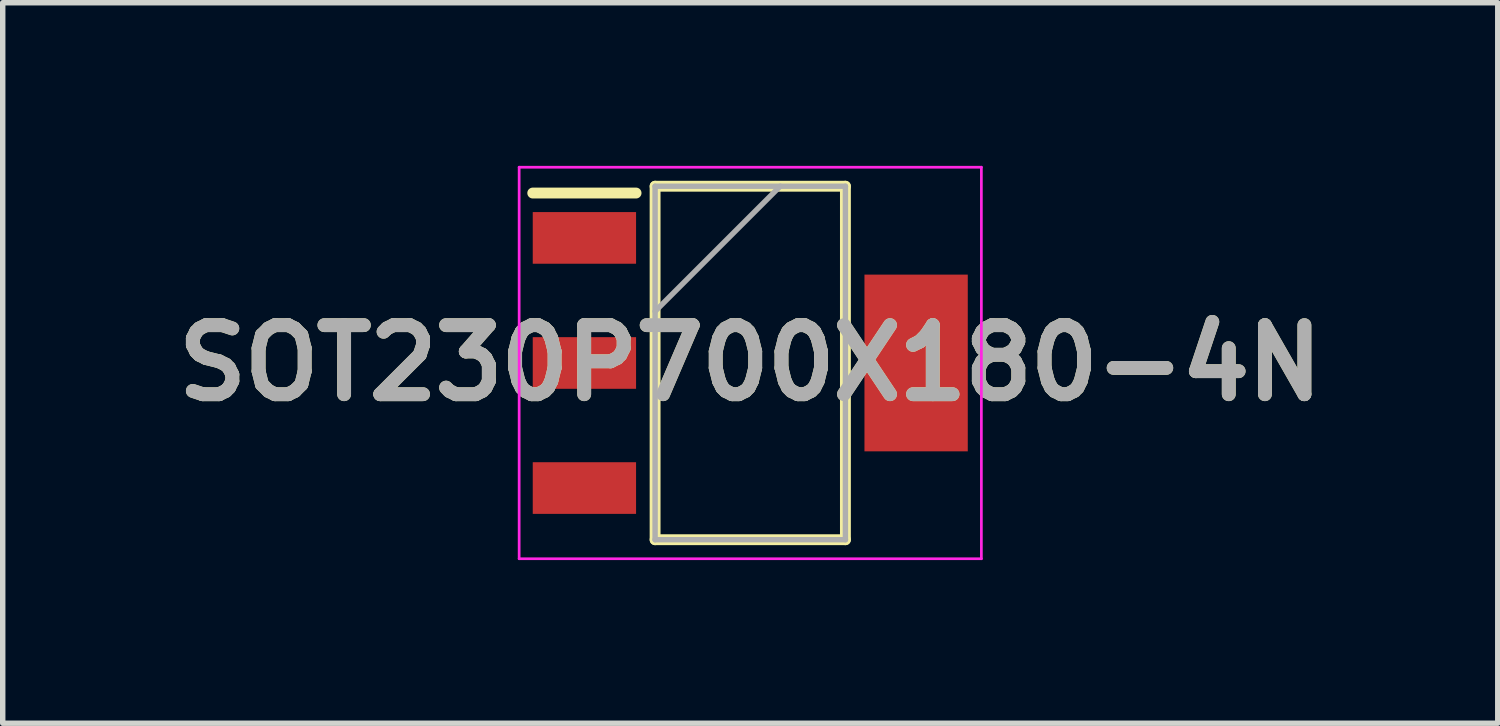
<source format=kicad_pcb>
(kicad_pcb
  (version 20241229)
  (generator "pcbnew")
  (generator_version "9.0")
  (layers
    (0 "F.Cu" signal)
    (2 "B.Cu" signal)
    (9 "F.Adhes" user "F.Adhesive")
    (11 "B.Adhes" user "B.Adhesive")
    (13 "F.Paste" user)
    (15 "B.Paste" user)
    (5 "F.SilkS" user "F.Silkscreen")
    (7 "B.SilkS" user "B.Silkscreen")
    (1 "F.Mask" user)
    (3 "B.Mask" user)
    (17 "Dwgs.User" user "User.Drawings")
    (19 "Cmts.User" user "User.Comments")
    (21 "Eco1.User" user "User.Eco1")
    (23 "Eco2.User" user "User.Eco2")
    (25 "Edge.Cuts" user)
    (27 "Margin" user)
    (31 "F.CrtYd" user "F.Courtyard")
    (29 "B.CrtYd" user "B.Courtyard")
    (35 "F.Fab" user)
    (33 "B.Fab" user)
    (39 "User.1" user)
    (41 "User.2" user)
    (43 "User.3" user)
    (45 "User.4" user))
  (footprint "SOT230P700X180-4N"
    (layer "F.Cu")
    (at 10.747 3.625)
    (property "Reference" "SOT230P700X180-4N" (at 0 0 0) (layer "F.SilkS") (effects (font (size 1.27 1.27) (thickness 0.254))))
    (attr smd)
    (fp_line (start -4 -3.125) (end -2.1 -3.125) (stroke (width 0.2) (type solid)) (layer "F.SilkS"))
    (fp_line (start -1.75 -3.25) (end 1.75 -3.25) (stroke (width 0.2) (type solid)) (layer "F.SilkS"))
    (fp_line (start -1.75 3.25) (end -1.75 -3.25) (stroke (width 0.2) (type solid)) (layer "F.SilkS"))
    (fp_line (start 1.75 -3.25) (end 1.75 3.25) (stroke (width 0.2) (type solid)) (layer "F.SilkS"))
    (fp_line (start 1.75 3.25) (end -1.75 3.25) (stroke (width 0.2) (type solid)) (layer "F.SilkS"))
    (fp_line (start -4.25 -3.6) (end 4.25 -3.6) (stroke (width 0.05) (type solid)) (layer "F.CrtYd"))
    (fp_line (start -4.25 3.6) (end -4.25 -3.6) (stroke (width 0.05) (type solid)) (layer "F.CrtYd"))
    (fp_line (start 4.25 -3.6) (end 4.25 3.6) (stroke (width 0.05) (type solid)) (layer "F.CrtYd"))
    (fp_line (start 4.25 3.6) (end -4.25 3.6) (stroke (width 0.05) (type solid)) (layer "F.CrtYd"))
    (fp_line (start -1.75 -3.25) (end 1.75 -3.25) (stroke (width 0.1) (type solid)) (layer "F.Fab"))
    (fp_line (start -1.75 -0.95) (end 0.55 -3.25) (stroke (width 0.1) (type solid)) (layer "F.Fab"))
    (fp_line (start -1.75 3.25) (end -1.75 -3.25) (stroke (width 0.1) (type solid)) (layer "F.Fab"))
    (fp_line (start 1.75 -3.25) (end 1.75 3.25) (stroke (width 0.1) (type solid)) (layer "F.Fab"))
    (fp_line (start 1.75 3.25) (end -1.75 3.25) (stroke (width 0.1) (type solid)) (layer "F.Fab"))
    (fp_text user "${REFERENCE}" (at 0 0 0) (layer "F.Fab") (effects (font (size 1.27 1.27) (thickness 0.254))))
    (pad "1" smd rect (at -3.05 -2.3 90) (size 0.95 1.9) (layers "F.Cu" "F.Mask" "F.Paste"))
    (pad "2" smd rect (at -3.05 0 90) (size 0.95 1.9) (layers "F.Cu" "F.Mask" "F.Paste"))
    (pad "3" smd rect (at -3.05 2.3 90) (size 0.95 1.9) (layers "F.Cu" "F.Mask" "F.Paste"))
    (pad "4" smd rect (at 3.05 0) (size 1.9 3.25) (layers "F.Cu" "F.Mask" "F.Paste")))
  (gr_rect
    (start -3 -3)
    (end 24.493 10.25)
    (stroke (width 0.1) (type default))
    (fill no)
    (layer "Edge.Cuts")))
</source>
